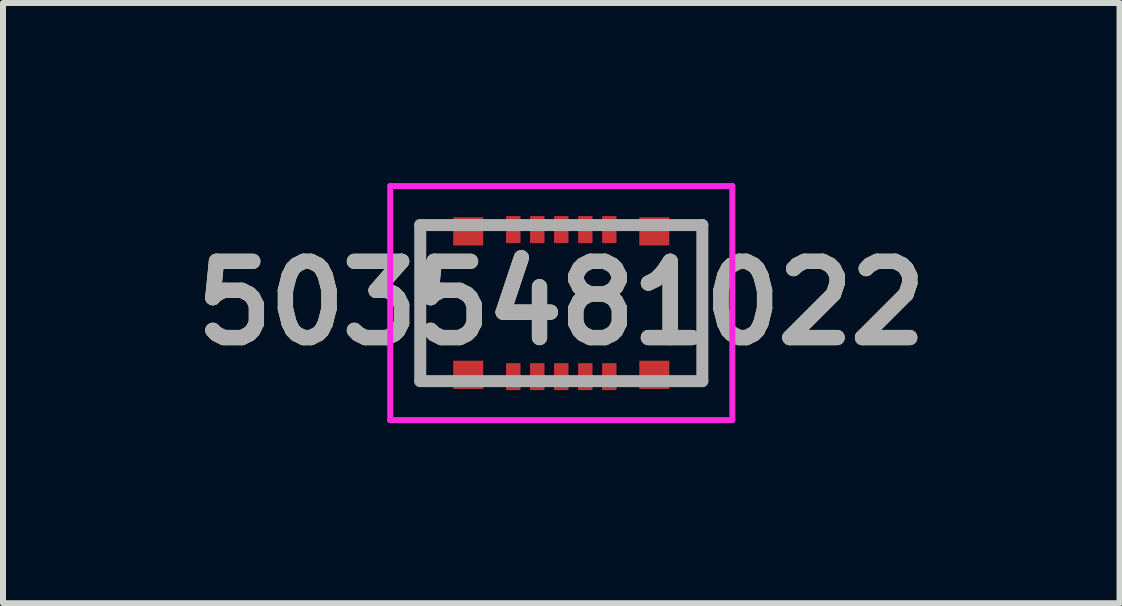
<source format=kicad_pcb>
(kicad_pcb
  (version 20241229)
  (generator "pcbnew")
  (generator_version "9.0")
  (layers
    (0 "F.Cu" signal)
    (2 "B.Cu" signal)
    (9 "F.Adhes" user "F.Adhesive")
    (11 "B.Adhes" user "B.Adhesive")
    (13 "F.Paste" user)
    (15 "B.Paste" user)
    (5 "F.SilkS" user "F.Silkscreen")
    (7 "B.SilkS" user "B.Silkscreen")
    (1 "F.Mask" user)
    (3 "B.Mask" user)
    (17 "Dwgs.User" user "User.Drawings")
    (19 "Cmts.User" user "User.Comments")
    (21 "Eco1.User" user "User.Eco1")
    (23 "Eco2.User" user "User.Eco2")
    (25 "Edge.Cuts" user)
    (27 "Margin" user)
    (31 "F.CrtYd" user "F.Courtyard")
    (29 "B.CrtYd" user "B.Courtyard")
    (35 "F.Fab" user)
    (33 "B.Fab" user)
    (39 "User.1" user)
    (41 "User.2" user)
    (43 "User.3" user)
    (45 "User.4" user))
  (footprint "5035481022"
    (layer "F.Cu")
    (at 6.302 2)
    (property "Reference" "5035481022" (at 0 0 0) (layer "F.SilkS") (effects (font (size 1.27 1.27) (thickness 0.254))))
    (attr smd)
    (fp_line (start -2.35 -1.3) (end -2.35 1.3) (stroke (width 0.1) (type solid)) (layer "F.SilkS"))
    (fp_line (start -2.35 1.3) (end -2.2 1.3) (stroke (width 0.1) (type solid)) (layer "F.SilkS"))
    (fp_line (start -2.2 -1.3) (end -2.35 -1.3) (stroke (width 0.1) (type solid)) (layer "F.SilkS"))
    (fp_line (start 2.2 -1.3) (end 2.35 -1.3) (stroke (width 0.1) (type solid)) (layer "F.SilkS"))
    (fp_line (start 2.35 -1.3) (end 2.35 1.3) (stroke (width 0.1) (type solid)) (layer "F.SilkS"))
    (fp_line (start 2.35 1.3) (end 2.2 1.3) (stroke (width 0.1) (type solid)) (layer "F.SilkS"))
    (fp_line (start -2.85 -1.95) (end 2.85 -1.95) (stroke (width 0.1) (type solid)) (layer "F.CrtYd"))
    (fp_line (start -2.85 1.95) (end -2.85 -1.95) (stroke (width 0.1) (type solid)) (layer "F.CrtYd"))
    (fp_line (start 2.85 -1.95) (end 2.85 1.95) (stroke (width 0.1) (type solid)) (layer "F.CrtYd"))
    (fp_line (start 2.85 1.95) (end -2.85 1.95) (stroke (width 0.1) (type solid)) (layer "F.CrtYd"))
    (fp_line (start -2.35 -1.3) (end 2.35 -1.3) (stroke (width 0.2) (type solid)) (layer "F.Fab"))
    (fp_line (start -2.35 1.3) (end -2.35 -1.3) (stroke (width 0.2) (type solid)) (layer "F.Fab"))
    (fp_line (start 2.35 -1.3) (end 2.35 1.3) (stroke (width 0.2) (type solid)) (layer "F.Fab"))
    (fp_line (start 2.35 1.3) (end -2.35 1.3) (stroke (width 0.2) (type solid)) (layer "F.Fab"))
    (fp_text user "${REFERENCE}" (at 0 0 0) (layer "F.Fab") (effects (font (size 1.27 1.27) (thickness 0.254))))
    (pad "1" smd rect (at -0.8 -1.225) (size 0.24 0.45) (layers "F.Cu" "F.Mask" "F.Paste"))
    (pad "2" smd rect (at -0.4 -1.225) (size 0.24 0.45) (layers "F.Cu" "F.Mask" "F.Paste"))
    (pad "3" smd rect (at 0 -1.225) (size 0.24 0.45) (layers "F.Cu" "F.Mask" "F.Paste"))
    (pad "4" smd rect (at 0.4 -1.225) (size 0.24 0.45) (layers "F.Cu" "F.Mask" "F.Paste"))
    (pad "5" smd rect (at 0.8 -1.225) (size 0.24 0.45) (layers "F.Cu" "F.Mask" "F.Paste"))
    (pad "6" smd rect (at -0.8 1.225) (size 0.24 0.45) (layers "F.Cu" "F.Mask" "F.Paste"))
    (pad "7" smd rect (at -0.4 1.225) (size 0.24 0.45) (layers "F.Cu" "F.Mask" "F.Paste"))
    (pad "8" smd rect (at 0 1.225) (size 0.24 0.45) (layers "F.Cu" "F.Mask" "F.Paste"))
    (pad "9" smd rect (at 0.4 1.225) (size 0.24 0.45) (layers "F.Cu" "F.Mask" "F.Paste"))
    (pad "10" smd rect (at 0.8 1.225) (size 0.24 0.45) (layers "F.Cu" "F.Mask" "F.Paste"))
    (pad "MP1" smd rect (at -1.55 -1.195 90) (size 0.47 0.5) (layers "F.Cu" "F.Mask" "F.Paste"))
    (pad "MP2" smd rect (at 1.55 -1.195 90) (size 0.47 0.5) (layers "F.Cu" "F.Mask" "F.Paste"))
    (pad "MP3" smd rect (at -1.55 1.195 90) (size 0.47 0.5) (layers "F.Cu" "F.Mask" "F.Paste"))
    (pad "MP4" smd rect (at 1.55 1.195 90) (size 0.47 0.5) (layers "F.Cu" "F.Mask" "F.Paste")))
  (gr_rect
    (start -3 -3)
    (end 15.603 7)
    (stroke (width 0.1) (type default))
    (fill no)
    (layer "Edge.Cuts")))
</source>
